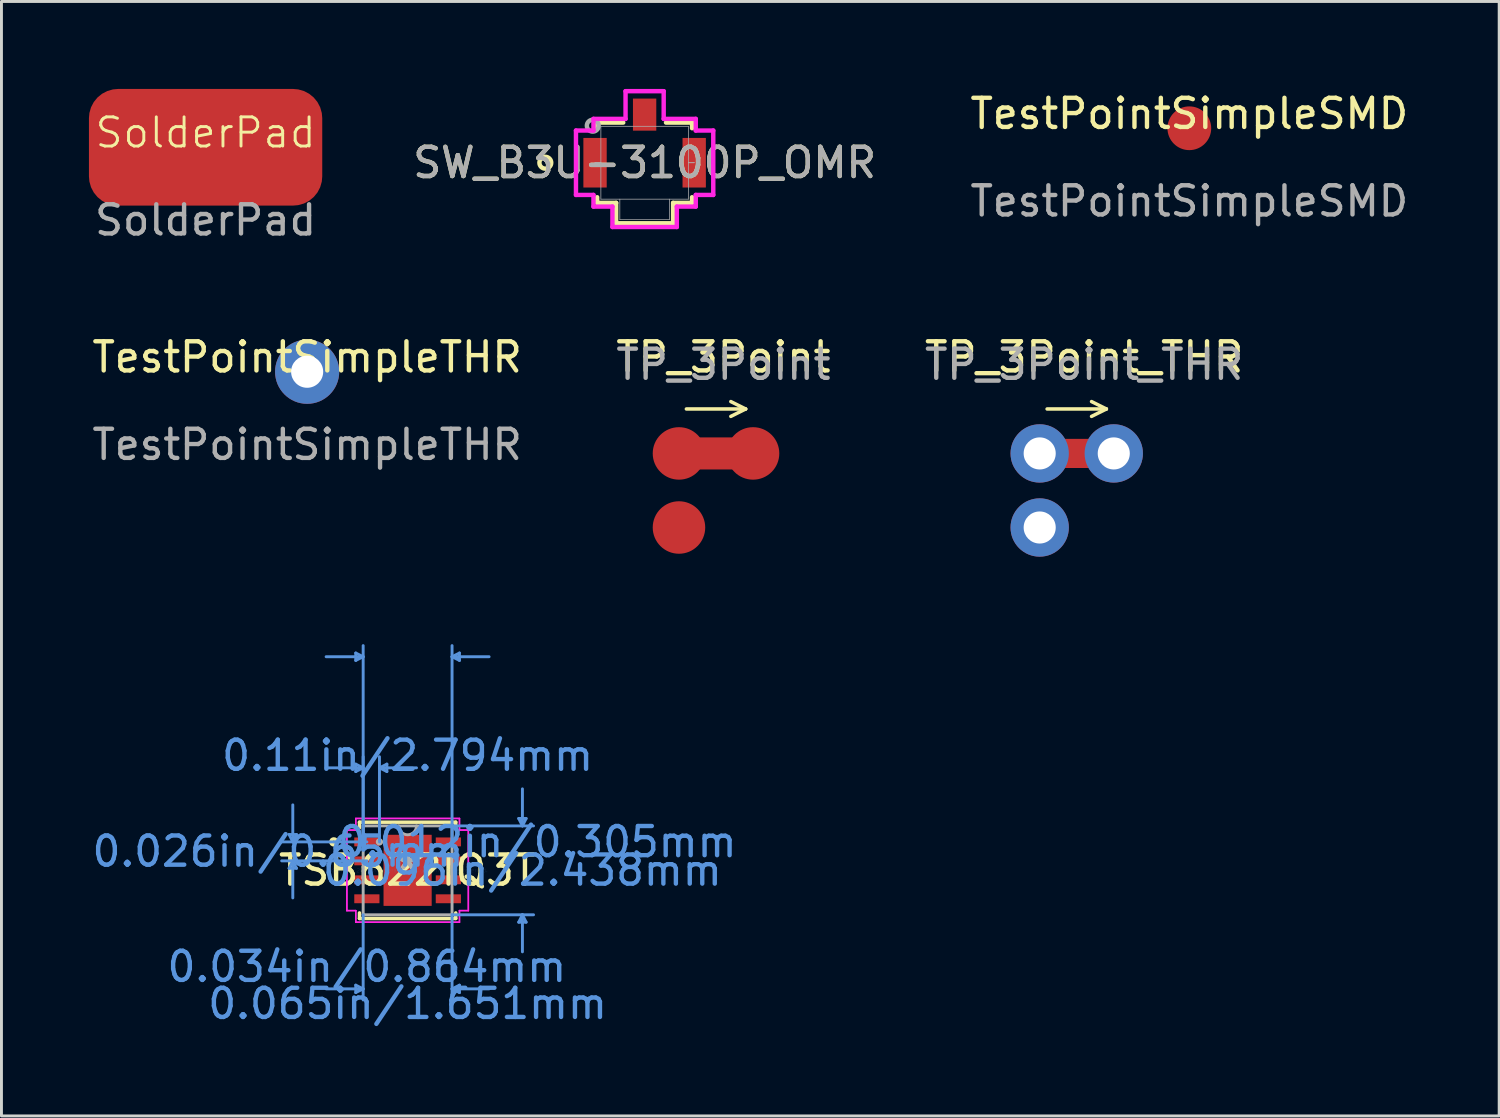
<source format=kicad_pcb>
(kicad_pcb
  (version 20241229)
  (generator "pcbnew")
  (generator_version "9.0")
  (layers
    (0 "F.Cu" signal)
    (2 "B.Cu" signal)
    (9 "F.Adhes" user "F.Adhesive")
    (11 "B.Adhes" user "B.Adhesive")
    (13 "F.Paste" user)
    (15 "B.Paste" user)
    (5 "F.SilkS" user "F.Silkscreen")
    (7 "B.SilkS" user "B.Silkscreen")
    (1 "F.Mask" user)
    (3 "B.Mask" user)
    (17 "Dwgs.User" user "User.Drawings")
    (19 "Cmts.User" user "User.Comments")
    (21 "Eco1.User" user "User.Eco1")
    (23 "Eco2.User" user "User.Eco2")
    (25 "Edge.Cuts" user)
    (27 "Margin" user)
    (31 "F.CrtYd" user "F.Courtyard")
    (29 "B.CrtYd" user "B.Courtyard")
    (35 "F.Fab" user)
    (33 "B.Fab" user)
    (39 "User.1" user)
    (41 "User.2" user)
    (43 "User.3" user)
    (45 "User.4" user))
  (footprint "TSB622IQ3T"
    (layer "F.Cu")
    (at 10.927 26.794)
    (property "Reference" "TSB622IQ3T" (at 0 0 0) (layer "F.SilkS") (effects (font (size 1 1) (thickness 0.15))))
    (attr smd)
    (fp_line (start -1.651 -1.651) (end -1.651 -1.46) (stroke (width 0.12) (type solid)) (layer "F.SilkS"))
    (fp_line (start -1.651 1.46) (end -1.651 1.651) (stroke (width 0.12) (type solid)) (layer "F.SilkS"))
    (fp_line (start -1.651 1.651) (end 1.651 1.651) (stroke (width 0.12) (type solid)) (layer "F.SilkS"))
    (fp_line (start 1.651 -1.651) (end -1.651 -1.651) (stroke (width 0.12) (type solid)) (layer "F.SilkS"))
    (fp_line (start 1.651 -1.46) (end 1.651 -1.651) (stroke (width 0.12) (type solid)) (layer "F.SilkS"))
    (fp_line (start 1.651 1.651) (end 1.651 1.46) (stroke (width 0.12) (type solid)) (layer "F.SilkS"))
    (fp_circle (center -2.53 -0.975) (end -2.428 -0.975) (stroke (width 0.12) (type solid)) (fill no) (layer "F.SilkS"))
    (fp_line (start -4.064 -1.229) (end -3.81 -1.229) (stroke (width 0.1) (type solid)) (layer "Cmts.User"))
    (fp_line (start -4.064 -0.071) (end -3.81 -0.071) (stroke (width 0.1) (type solid)) (layer "Cmts.User"))
    (fp_line (start -3.937 -0.975) (end -4.064 -1.229) (stroke (width 0.1) (type solid)) (layer "Cmts.User"))
    (fp_line (start -3.937 -0.975) (end -3.937 -2.245) (stroke (width 0.1) (type solid)) (layer "Cmts.User"))
    (fp_line (start -3.937 -0.975) (end -3.81 -1.229) (stroke (width 0.1) (type solid)) (layer "Cmts.User"))
    (fp_line (start -3.937 -0.325) (end -4.064 -0.071) (stroke (width 0.1) (type solid)) (layer "Cmts.User"))
    (fp_line (start -3.937 -0.325) (end -3.937 0.945) (stroke (width 0.1) (type solid)) (layer "Cmts.User"))
    (fp_line (start -3.937 -0.325) (end -3.81 -0.071) (stroke (width 0.1) (type solid)) (layer "Cmts.User"))
    (fp_line (start -1.778 -7.452) (end -1.778 -7.198) (stroke (width 0.1) (type solid)) (layer "Cmts.User"))
    (fp_line (start -1.778 -3.642) (end -1.778 -3.388) (stroke (width 0.1) (type solid)) (layer "Cmts.User"))
    (fp_line (start -1.778 3.937) (end -1.778 4.191) (stroke (width 0.1) (type solid)) (layer "Cmts.User"))
    (fp_line (start -1.524 -7.325) (end -2.794 -7.325) (stroke (width 0.1) (type solid)) (layer "Cmts.User"))
    (fp_line (start -1.524 -7.325) (end -1.778 -7.452) (stroke (width 0.1) (type solid)) (layer "Cmts.User"))
    (fp_line (start -1.524 -7.325) (end -1.778 -7.198) (stroke (width 0.1) (type solid)) (layer "Cmts.User"))
    (fp_line (start -1.524 -3.515) (end -2.794 -3.515) (stroke (width 0.1) (type solid)) (layer "Cmts.User"))
    (fp_line (start -1.524 -3.515) (end -1.778 -3.642) (stroke (width 0.1) (type solid)) (layer "Cmts.User"))
    (fp_line (start -1.524 -3.515) (end -1.778 -3.388) (stroke (width 0.1) (type solid)) (layer "Cmts.User"))
    (fp_line (start -1.524 -0.975) (end -1.524 -7.706) (stroke (width 0.1) (type solid)) (layer "Cmts.User"))
    (fp_line (start -1.524 -0.975) (end -1.524 -3.896) (stroke (width 0.1) (type solid)) (layer "Cmts.User"))
    (fp_line (start -1.524 1.524) (end -1.524 4.445) (stroke (width 0.1) (type solid)) (layer "Cmts.User"))
    (fp_line (start -1.524 4.064) (end -2.794 4.064) (stroke (width 0.1) (type solid)) (layer "Cmts.User"))
    (fp_line (start -1.524 4.064) (end -1.778 3.937) (stroke (width 0.1) (type solid)) (layer "Cmts.User"))
    (fp_line (start -1.524 4.064) (end -1.778 4.191) (stroke (width 0.1) (type solid)) (layer "Cmts.User"))
    (fp_line (start -1.397 -0.975) (end -4.318 -0.975) (stroke (width 0.1) (type solid)) (layer "Cmts.User"))
    (fp_line (start -1.397 -0.325) (end -4.318 -0.325) (stroke (width 0.1) (type solid)) (layer "Cmts.User"))
    (fp_line (start -0.965 -3.515) (end -0.711 -3.642) (stroke (width 0.1) (type solid)) (layer "Cmts.User"))
    (fp_line (start -0.965 -3.515) (end -0.711 -3.388) (stroke (width 0.1) (type solid)) (layer "Cmts.User"))
    (fp_line (start -0.965 -3.515) (end 0.305 -3.515) (stroke (width 0.1) (type solid)) (layer "Cmts.User"))
    (fp_line (start -0.965 -0.975) (end -0.965 -3.896) (stroke (width 0.1) (type solid)) (layer "Cmts.User"))
    (fp_line (start -0.711 -3.642) (end -0.711 -3.388) (stroke (width 0.1) (type solid)) (layer "Cmts.User"))
    (fp_line (start 1.524 -7.325) (end 1.778 -7.452) (stroke (width 0.1) (type solid)) (layer "Cmts.User"))
    (fp_line (start 1.524 -7.325) (end 1.778 -7.198) (stroke (width 0.1) (type solid)) (layer "Cmts.User"))
    (fp_line (start 1.524 -7.325) (end 2.794 -7.325) (stroke (width 0.1) (type solid)) (layer "Cmts.User"))
    (fp_line (start 1.524 -1.524) (end 4.318 -1.524) (stroke (width 0.1) (type solid)) (layer "Cmts.User"))
    (fp_line (start 1.524 -0.975) (end 1.524 -7.706) (stroke (width 0.1) (type solid)) (layer "Cmts.User"))
    (fp_line (start 1.524 1.524) (end 1.524 4.445) (stroke (width 0.1) (type solid)) (layer "Cmts.User"))
    (fp_line (start 1.524 1.524) (end 4.318 1.524) (stroke (width 0.1) (type solid)) (layer "Cmts.User"))
    (fp_line (start 1.524 4.064) (end 1.778 3.937) (stroke (width 0.1) (type solid)) (layer "Cmts.User"))
    (fp_line (start 1.524 4.064) (end 1.778 4.191) (stroke (width 0.1) (type solid)) (layer "Cmts.User"))
    (fp_line (start 1.524 4.064) (end 2.794 4.064) (stroke (width 0.1) (type solid)) (layer "Cmts.User"))
    (fp_line (start 1.778 -7.452) (end 1.778 -7.198) (stroke (width 0.1) (type solid)) (layer "Cmts.User"))
    (fp_line (start 1.778 3.937) (end 1.778 4.191) (stroke (width 0.1) (type solid)) (layer "Cmts.User"))
    (fp_line (start 3.81 -1.778) (end 4.064 -1.778) (stroke (width 0.1) (type solid)) (layer "Cmts.User"))
    (fp_line (start 3.81 1.778) (end 4.064 1.778) (stroke (width 0.1) (type solid)) (layer "Cmts.User"))
    (fp_line (start 3.937 -1.524) (end 3.81 -1.778) (stroke (width 0.1) (type solid)) (layer "Cmts.User"))
    (fp_line (start 3.937 -1.524) (end 3.937 -2.794) (stroke (width 0.1) (type solid)) (layer "Cmts.User"))
    (fp_line (start 3.937 -1.524) (end 4.064 -1.778) (stroke (width 0.1) (type solid)) (layer "Cmts.User"))
    (fp_line (start 3.937 1.524) (end 3.81 1.778) (stroke (width 0.1) (type solid)) (layer "Cmts.User"))
    (fp_line (start 3.937 1.524) (end 3.937 2.794) (stroke (width 0.1) (type solid)) (layer "Cmts.User"))
    (fp_line (start 3.937 1.524) (end 4.064 1.778) (stroke (width 0.1) (type solid)) (layer "Cmts.User"))
    (fp_line (start -2.083 -1.381) (end -1.778 -1.381) (stroke (width 0.05) (type solid)) (layer "F.CrtYd"))
    (fp_line (start -2.083 -1.381) (end -1.778 -1.381) (stroke (width 0.05) (type solid)) (layer "F.CrtYd"))
    (fp_line (start -2.083 1.381) (end -2.083 -1.381) (stroke (width 0.05) (type solid)) (layer "F.CrtYd"))
    (fp_line (start -2.083 1.381) (end -2.083 -1.381) (stroke (width 0.05) (type solid)) (layer "F.CrtYd"))
    (fp_line (start -2.083 1.381) (end -1.778 1.381) (stroke (width 0.05) (type solid)) (layer "F.CrtYd"))
    (fp_line (start -1.778 -1.778) (end 1.778 -1.778) (stroke (width 0.05) (type solid)) (layer "F.CrtYd"))
    (fp_line (start -1.778 -1.778) (end 1.778 -1.778) (stroke (width 0.05) (type solid)) (layer "F.CrtYd"))
    (fp_line (start -1.778 -1.381) (end -1.778 -1.778) (stroke (width 0.05) (type solid)) (layer "F.CrtYd"))
    (fp_line (start -1.778 -1.381) (end -1.778 -1.778) (stroke (width 0.05) (type solid)) (layer "F.CrtYd"))
    (fp_line (start -1.778 1.381) (end -2.083 1.381) (stroke (width 0.05) (type solid)) (layer "F.CrtYd"))
    (fp_line (start -1.778 1.778) (end -1.778 1.381) (stroke (width 0.05) (type solid)) (layer "F.CrtYd"))
    (fp_line (start -1.778 1.778) (end -1.778 1.381) (stroke (width 0.05) (type solid)) (layer "F.CrtYd"))
    (fp_line (start 1.778 -1.778) (end 1.778 -1.381) (stroke (width 0.05) (type solid)) (layer "F.CrtYd"))
    (fp_line (start 1.778 -1.778) (end 1.778 -1.381) (stroke (width 0.05) (type solid)) (layer "F.CrtYd"))
    (fp_line (start 1.778 -1.381) (end 2.083 -1.381) (stroke (width 0.05) (type solid)) (layer "F.CrtYd"))
    (fp_line (start 1.778 1.381) (end 1.778 1.778) (stroke (width 0.05) (type solid)) (layer "F.CrtYd"))
    (fp_line (start 1.778 1.381) (end 1.778 1.778) (stroke (width 0.05) (type solid)) (layer "F.CrtYd"))
    (fp_line (start 1.778 1.778) (end -1.778 1.778) (stroke (width 0.05) (type solid)) (layer "F.CrtYd"))
    (fp_line (start 1.778 1.778) (end -1.778 1.778) (stroke (width 0.05) (type solid)) (layer "F.CrtYd"))
    (fp_line (start 2.083 -1.381) (end 1.778 -1.381) (stroke (width 0.05) (type solid)) (layer "F.CrtYd"))
    (fp_line (start 2.083 -1.381) (end 2.083 1.381) (stroke (width 0.05) (type solid)) (layer "F.CrtYd"))
    (fp_line (start 2.083 -1.381) (end 2.083 1.381) (stroke (width 0.05) (type solid)) (layer "F.CrtYd"))
    (fp_line (start 2.083 1.381) (end 1.778 1.381) (stroke (width 0.05) (type solid)) (layer "F.CrtYd"))
    (fp_line (start 2.083 1.381) (end 1.778 1.381) (stroke (width 0.05) (type solid)) (layer "F.CrtYd"))
    (fp_line (start -1.524 -1.524) (end -1.524 1.524) (stroke (width 0.1) (type solid)) (layer "F.Fab"))
    (fp_line (start -1.524 1.524) (end 1.524 1.524) (stroke (width 0.1) (type solid)) (layer "F.Fab"))
    (fp_line (start 1.524 -1.524) (end -1.524 -1.524) (stroke (width 0.1) (type solid)) (layer "F.Fab"))
    (fp_line (start 1.524 1.524) (end 1.524 -1.524) (stroke (width 0.1) (type solid)) (layer "F.Fab"))
    (fp_arc (start 0.3048 -1.524) (mid 0 -1.2192) (end -0.3048 -1.524) (stroke (width 0.1) (type solid)) (layer "F.Fab"))
    (fp_circle (center -0.965 -0.975) (end -0.889 -0.975) (stroke (width 0.1) (type solid)) (fill no) (layer "F.Fab"))
    (fp_text user "*" (at 0 0 0) (layer "F.SilkS") (effects (font (size 1 1) (thickness 0.15))))
    (fp_text user "0.096in/2.438mm" (at 3.937 0 0) (layer "Cmts.User") (effects (font (size 1 1) (thickness 0.15))))
    (fp_text user "Copyright 2021 Accelerated Designs. All rights reserved." (at 0 0 0) (layer "Cmts.User") (effects (font (size 0.127 0.127) (thickness 0.002))))
    (fp_text user "0.11in/2.794mm" (at 0 -3.937 0) (layer "Cmts.User") (effects (font (size 1 1) (thickness 0.15))))
    (fp_text user "0.026in/0.65mm" (at -4.445 -0.65 0) (layer "Cmts.User") (effects (font (size 1 1) (thickness 0.15))))
    (fp_text user "0.065in/1.651mm" (at 0 4.572 0) (layer "Cmts.User") (effects (font (size 1 1) (thickness 0.15))))
    (fp_text user "0.034in/0.864mm" (at -1.397 3.302 0) (layer "Cmts.User") (effects (font (size 1 1) (thickness 0.15))))
    (fp_text user "0.012in/0.305mm" (at 4.445 -0.975 0) (layer "Cmts.User") (effects (font (size 1 1) (thickness 0.15))))
    (fp_text user "*" (at 0 0 0) (layer "F.Fab") (effects (font (size 1 1) (thickness 0.15))))
    (pad "1" smd rect (at -1.397 -0.975) (size 0.864 0.305) (layers "F.Cu" "F.Mask" "F.Paste"))
    (pad "2" smd rect (at -1.397 -0.325) (size 0.864 0.305) (layers "F.Cu" "F.Mask" "F.Paste"))
    (pad "3" smd rect (at -1.397 0.325) (size 0.864 0.305) (layers "F.Cu" "F.Mask" "F.Paste"))
    (pad "4" smd rect (at -1.397 0.975) (size 0.864 0.305) (layers "F.Cu" "F.Mask" "F.Paste"))
    (pad "5" smd rect (at 1.397 0.975) (size 0.864 0.305) (layers "F.Cu" "F.Mask" "F.Paste"))
    (pad "6" smd rect (at 1.397 0.325) (size 0.864 0.305) (layers "F.Cu" "F.Mask" "F.Paste"))
    (pad "7" smd rect (at 1.397 -0.325) (size 0.864 0.305) (layers "F.Cu" "F.Mask" "F.Paste"))
    (pad "8" smd rect (at 1.397 -0.975) (size 0.864 0.305) (layers "F.Cu" "F.Mask" "F.Paste"))
    (pad "9" smd rect (at 0 0) (size 1.651 2.438) (layers "F.Cu" "F.Mask" "F.Paste")))
  (footprint "TP_3Point"
    (layer "F.Cu")
    (at 20.232 12.498)
    (property "Reference" "TP_3Point" (at 1.524 -3.302 0) (unlocked yes) (layer "F.SilkS") (effects (font (size 1 1) (thickness 0.15))))
    (attr smd)
    (fp_rect (start 0.5 -0.5) (end 2 0.5) (stroke (width 0.1) (type solid)) (fill yes) (layer "F.Cu"))
    (fp_line (start 0.254 -1.524) (end 2.286 -1.524) (stroke (width 0.12) (type default)) (layer "F.SilkS"))
    (fp_line (start 1.778 -1.27) (end 2.286 -1.524) (stroke (width 0.12) (type default)) (layer "F.SilkS"))
    (fp_line (start 2.286 -1.524) (end 1.778 -1.778) (stroke (width 0.12) (type default)) (layer "F.SilkS"))
    (fp_text user "${REFERENCE}" (at 1.524 -3.048 0) (unlocked yes) (layer "F.Fab") (effects (font (size 1 1) (thickness 0.15))))
    (pad "1" smd circle (at 0 0) (size 1.8 1.8) (layers "F.Cu" "F.Mask" "F.Paste"))
    (pad "2" smd circle (at 2.54 0) (size 1.8 1.8) (layers "F.Cu" "F.Mask" "F.Paste"))
    (pad "3" smd circle (at 0 2.54) (size 1.8 1.8) (layers "F.Cu" "F.Mask" "F.Paste")))
  (footprint "TestPointSimpleSMD"
    (layer "F.Cu")
    (at 37.732 1.348)
    (property "Reference" "TestPointSimpleSMD" (at 0 -0.5 0) (unlocked yes) (layer "F.SilkS") (effects (font (size 1 1) (thickness 0.15))))
    (attr smd)
    (fp_text user "${REFERENCE}" (at 0 2.5 0) (unlocked yes) (layer "F.Fab") (effects (font (size 1 1) (thickness 0.15))))
    (pad "1" smd circle (at 0 0) (size 1.5 1.5) (layers "F.Cu" "F.Mask" "F.Paste")))
  (footprint "SolderPad"
    (layer "F.Cu")
    (at 4 2)
    (property "Reference" "SolderPad" (at 0 -0.5 0) (unlocked yes) (layer "F.SilkS") (effects (font (size 1 1) (thickness 0.1))))
    (attr smd)
    (fp_text user "${REFERENCE}" (at 0 2.5 0) (unlocked yes) (layer "F.Fab") (effects (font (size 1 1) (thickness 0.15))))
    (pad "1" smd roundrect (at 0 0) (size 8 4) (layers "F.Cu" "F.Mask" "F.Paste") (roundrect_rratio 0.25)))
  (footprint "TestPointSimpleTHR"
    (layer "F.Cu")
    (at 7.482 9.697)
    (property "Reference" "TestPointSimpleTHR" (at 0 -0.5 0) (unlocked yes) (layer "F.SilkS") (effects (font (size 1 1) (thickness 0.15))))
    (attr through_hole)
    (fp_text user "${REFERENCE}" (at 0 2.5 0) (unlocked yes) (layer "F.Fab") (effects (font (size 1 1) (thickness 0.15))))
    (pad "1" thru_hole circle (at 0 0) (size 2.2 2.2) (drill 1.1) (layers "*.Cu" "*.Mask")))
  (footprint "TP_3Point_THR"
    (layer "F.Cu")
    (at 32.601 12.498)
    (property "Reference" "TP_3Point_THR" (at 1.524 -3.302 0) (unlocked yes) (layer "F.SilkS") (effects (font (size 1 1) (thickness 0.15))))
    (attr smd)
    (fp_line (start 0 0) (end 2.54 0) (stroke (width 1) (type solid)) (layer "F.Cu"))
    (fp_line (start 0.254 -1.524) (end 2.286 -1.524) (stroke (width 0.12) (type default)) (layer "F.SilkS"))
    (fp_line (start 1.778 -1.27) (end 2.286 -1.524) (stroke (width 0.12) (type default)) (layer "F.SilkS"))
    (fp_line (start 2.286 -1.524) (end 1.778 -1.778) (stroke (width 0.12) (type default)) (layer "F.SilkS"))
    (fp_text user "${REFERENCE}" (at 1.524 -3.048 0) (unlocked yes) (layer "F.Fab") (effects (font (size 1 1) (thickness 0.15))))
    (pad "1" thru_hole circle (at 0 0) (size 2 2) (drill 1.1) (layers "*.Cu" "*.Mask"))
    (pad "2" thru_hole circle (at 2.54 0) (size 2 2) (drill 1.1) (layers "*.Cu" "*.Mask"))
    (pad "3" thru_hole circle (at 0 2.54) (size 2 2) (drill 1.1) (layers "*.Cu" "*.Mask")))
  (footprint "SW_B3U-3100P_OMR"
    (layer "F.Cu")
    (at 19.054 2.53)
    (property "Reference" "SW_B3U-3100P_OMR" (at 0 0 0) (unlocked yes) (layer "F.SilkS") (effects (font (size 1 1) (thickness 0.15))))
    (attr smd)
    (fp_line (start -1.627 -1.377) (end -1.627 -1.183) (stroke (width 0.152) (type solid)) (layer "F.SilkS"))
    (fp_line (start -1.627 1.183) (end -1.627 1.377) (stroke (width 0.152) (type solid)) (layer "F.SilkS"))
    (fp_line (start -1.627 1.377) (end -0.977 1.377) (stroke (width 0.152) (type solid)) (layer "F.SilkS"))
    (fp_line (start -0.977 1.377) (end -0.977 2.077) (stroke (width 0.152) (type solid)) (layer "F.SilkS"))
    (fp_line (start -0.977 2.077) (end 0.977 2.077) (stroke (width 0.152) (type solid)) (layer "F.SilkS"))
    (fp_line (start -0.733 -1.377) (end -1.627 -1.377) (stroke (width 0.152) (type solid)) (layer "F.SilkS"))
    (fp_line (start 0.977 1.377) (end 1.627 1.377) (stroke (width 0.152) (type solid)) (layer "F.SilkS"))
    (fp_line (start 0.977 2.077) (end 0.977 1.377) (stroke (width 0.152) (type solid)) (layer "F.SilkS"))
    (fp_line (start 1.627 -1.377) (end 0.733 -1.377) (stroke (width 0.152) (type solid)) (layer "F.SilkS"))
    (fp_line (start 1.627 -1.183) (end 1.627 -1.377) (stroke (width 0.152) (type solid)) (layer "F.SilkS"))
    (fp_line (start 1.627 1.377) (end 1.627 1.183) (stroke (width 0.152) (type solid)) (layer "F.SilkS"))
    (fp_circle (center -3.405 0) (end -3.202 0) (stroke (width 0.152) (type solid)) (fill no) (layer "F.SilkS"))
    (fp_line (start -2.354 -1.104) (end -2.354 1.104) (stroke (width 0.152) (type solid)) (layer "F.CrtYd"))
    (fp_line (start -2.354 1.104) (end -1.754 1.104) (stroke (width 0.152) (type solid)) (layer "F.CrtYd"))
    (fp_line (start -1.754 -1.504) (end -1.754 -1.104) (stroke (width 0.152) (type solid)) (layer "F.CrtYd"))
    (fp_line (start -1.754 -1.104) (end -2.354 -1.104) (stroke (width 0.152) (type solid)) (layer "F.CrtYd"))
    (fp_line (start -1.754 1.104) (end -1.754 1.504) (stroke (width 0.152) (type solid)) (layer "F.CrtYd"))
    (fp_line (start -1.754 1.504) (end -1.104 1.504) (stroke (width 0.152) (type solid)) (layer "F.CrtYd"))
    (fp_line (start -1.104 1.504) (end -1.104 2.204) (stroke (width 0.152) (type solid)) (layer "F.CrtYd"))
    (fp_line (start -1.104 2.204) (end 1.104 2.204) (stroke (width 0.152) (type solid)) (layer "F.CrtYd"))
    (fp_line (start -0.654 -2.454) (end -0.654 -1.504) (stroke (width 0.152) (type solid)) (layer "F.CrtYd"))
    (fp_line (start -0.654 -1.504) (end -1.754 -1.504) (stroke (width 0.152) (type solid)) (layer "F.CrtYd"))
    (fp_line (start 0.654 -2.454) (end -0.654 -2.454) (stroke (width 0.152) (type solid)) (layer "F.CrtYd"))
    (fp_line (start 0.654 -1.504) (end 0.654 -2.454) (stroke (width 0.152) (type solid)) (layer "F.CrtYd"))
    (fp_line (start 1.104 1.504) (end 1.754 1.504) (stroke (width 0.152) (type solid)) (layer "F.CrtYd"))
    (fp_line (start 1.104 2.204) (end 1.104 1.504) (stroke (width 0.152) (type solid)) (layer "F.CrtYd"))
    (fp_line (start 1.754 -1.504) (end 0.654 -1.504) (stroke (width 0.152) (type solid)) (layer "F.CrtYd"))
    (fp_line (start 1.754 -1.104) (end 1.754 -1.504) (stroke (width 0.152) (type solid)) (layer "F.CrtYd"))
    (fp_line (start 1.754 1.104) (end 2.354 1.104) (stroke (width 0.152) (type solid)) (layer "F.CrtYd"))
    (fp_line (start 1.754 1.504) (end 1.754 1.104) (stroke (width 0.152) (type solid)) (layer "F.CrtYd"))
    (fp_line (start 2.354 -1.104) (end 1.754 -1.104) (stroke (width 0.152) (type solid)) (layer "F.CrtYd"))
    (fp_line (start 2.354 1.104) (end 2.354 -1.104) (stroke (width 0.152) (type solid)) (layer "F.CrtYd"))
    (fp_line (start -1.7 0) (end -1.7 0) (stroke (width 0.025) (type solid)) (layer "F.Fab"))
    (fp_line (start -1.7 0) (end -1.5 0) (stroke (width 0.025) (type solid)) (layer "F.Fab"))
    (fp_line (start -1.5 -1.25) (end -1.5 1.25) (stroke (width 0.025) (type solid)) (layer "F.Fab"))
    (fp_line (start -1.5 0) (end -1.7 0) (stroke (width 0.025) (type solid)) (layer "F.Fab"))
    (fp_line (start -1.5 0) (end -1.5 0) (stroke (width 0.025) (type solid)) (layer "F.Fab"))
    (fp_line (start -1.5 1.25) (end 1.5 1.25) (stroke (width 0.025) (type solid)) (layer "F.Fab"))
    (fp_line (start -0.85 1.25) (end -0.85 1.95) (stroke (width 0.025) (type solid)) (layer "F.Fab"))
    (fp_line (start 0.85 1.25) (end 0.85 1.95) (stroke (width 0.025) (type solid)) (layer "F.Fab"))
    (fp_line (start 0.85 1.95) (end -0.85 1.95) (stroke (width 0.025) (type solid)) (layer "F.Fab"))
    (fp_line (start 1.5 -1.25) (end -1.5 -1.25) (stroke (width 0.025) (type solid)) (layer "F.Fab"))
    (fp_line (start 1.5 0) (end 1.5 0) (stroke (width 0.025) (type solid)) (layer "F.Fab"))
    (fp_line (start 1.5 0) (end 1.7 0) (stroke (width 0.025) (type solid)) (layer "F.Fab"))
    (fp_line (start 1.5 1.25) (end 1.5 -1.25) (stroke (width 0.025) (type solid)) (layer "F.Fab"))
    (fp_line (start 1.7 0) (end 1.5 0) (stroke (width 0.025) (type solid)) (layer "F.Fab"))
    (fp_line (start 1.7 0) (end 1.7 0) (stroke (width 0.025) (type solid)) (layer "F.Fab"))
    (fp_circle (center -1.778 -1.27) (end -1.575 -1.27) (stroke (width 0.152) (type solid)) (fill no) (layer "F.Fab"))
    (fp_text user "${REFERENCE}" (at 0 0 0) (unlocked yes) (layer "F.Fab") (effects (font (size 1 1) (thickness 0.15))))
    (pad "1" smd rect (at -1.7 0) (size 0.8 1.7) (layers "F.Cu" "F.Mask" "F.Paste"))
    (pad "2" smd rect (at 1.7 0) (size 0.8 1.7) (layers "F.Cu" "F.Mask" "F.Paste"))
    (pad "3" smd rect (at 0 -1.65) (size 0.8 1.1) (layers "F.Cu" "F.Mask" "F.Paste")))
  (gr_rect
    (start -3 -3)
    (end 48.357 35.215)
    (stroke (width 0.1) (type default))
    (fill no)
    (layer "Edge.Cuts")))
</source>
